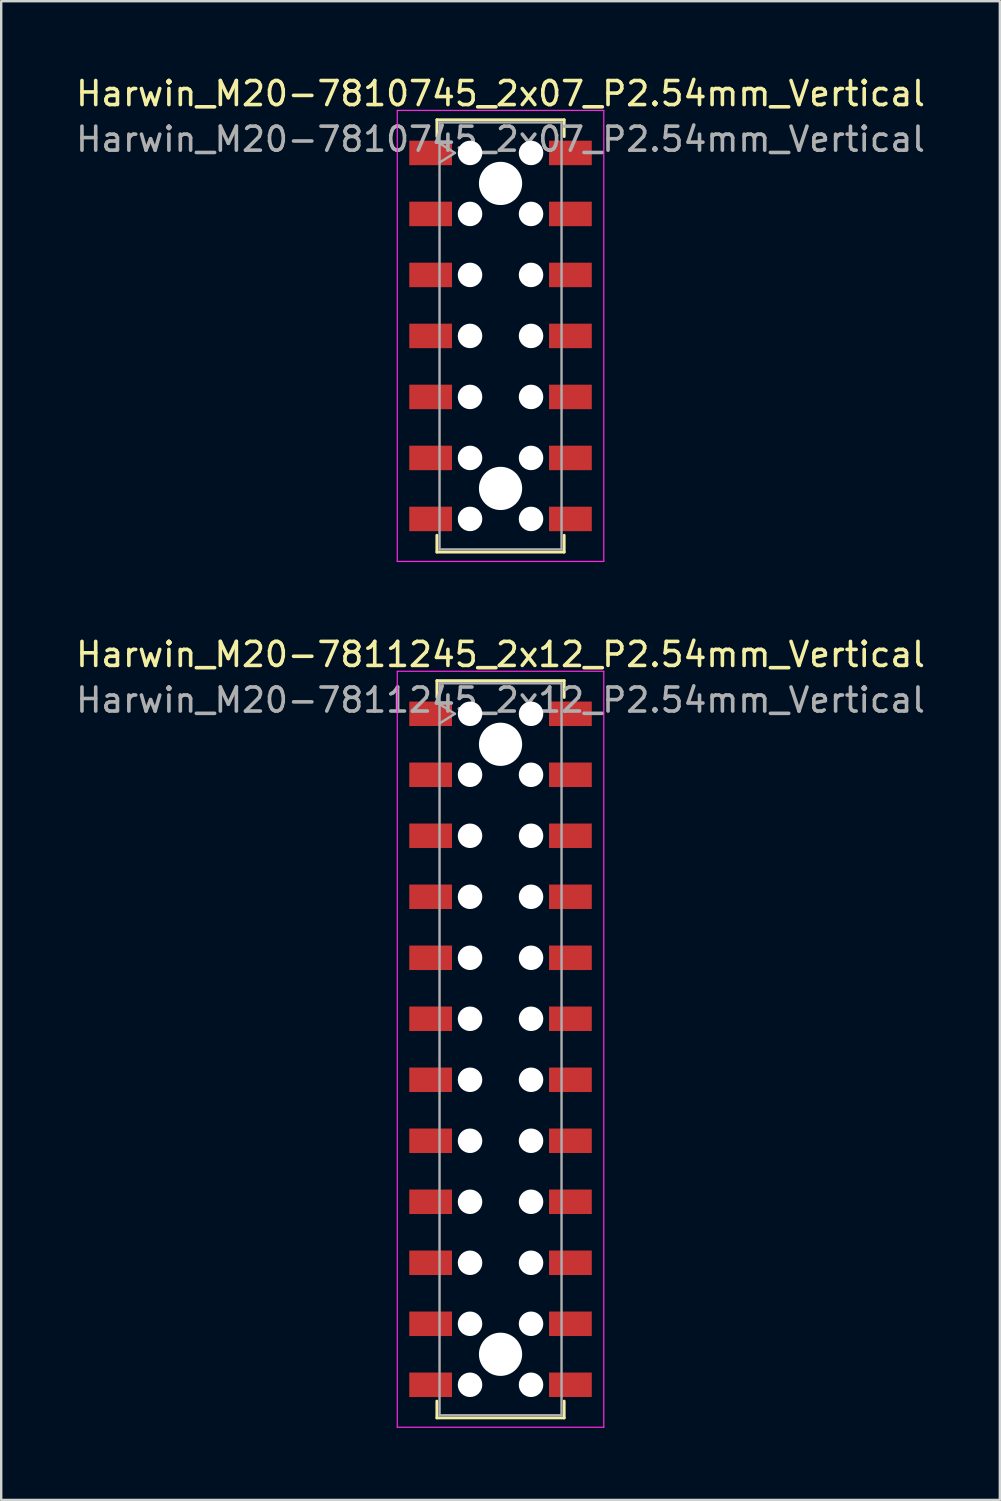
<source format=kicad_pcb>
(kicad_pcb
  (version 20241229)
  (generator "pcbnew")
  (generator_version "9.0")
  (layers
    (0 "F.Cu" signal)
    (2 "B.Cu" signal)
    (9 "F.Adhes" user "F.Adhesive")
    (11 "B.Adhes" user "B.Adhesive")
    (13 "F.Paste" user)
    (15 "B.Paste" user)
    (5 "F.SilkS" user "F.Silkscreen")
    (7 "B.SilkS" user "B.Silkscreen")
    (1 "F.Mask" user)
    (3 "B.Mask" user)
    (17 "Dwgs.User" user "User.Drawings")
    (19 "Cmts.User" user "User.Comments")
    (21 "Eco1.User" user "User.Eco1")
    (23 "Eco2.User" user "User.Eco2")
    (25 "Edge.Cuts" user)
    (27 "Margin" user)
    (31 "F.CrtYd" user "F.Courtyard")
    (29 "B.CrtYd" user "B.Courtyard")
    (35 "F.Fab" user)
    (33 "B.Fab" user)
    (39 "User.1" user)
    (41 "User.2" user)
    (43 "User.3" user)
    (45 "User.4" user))
  (footprint "Harwin_M20-7811245_2x12_P2.54mm_Vertical"
    (layer "F.Cu")
    (at 17.792 40.642)
    (property "Reference" "Harwin_M20-7811245_2x12_P2.54mm_Vertical" (at 0 -16.44 0) (layer "F.SilkS") (effects (font (size 1 1) (thickness 0.15))))
    (attr smd)
    (fp_line (start -2.65 -15.35) (end 2.65 -15.35) (stroke (width 0.12) (type solid)) (layer "F.SilkS"))
    (fp_line (start -2.65 -14.65) (end -2.65 -15.35) (stroke (width 0.12) (type solid)) (layer "F.SilkS"))
    (fp_line (start -2.65 14.65) (end -2.65 15.35) (stroke (width 0.12) (type solid)) (layer "F.SilkS"))
    (fp_line (start -2.65 15.35) (end 2.65 15.35) (stroke (width 0.12) (type solid)) (layer "F.SilkS"))
    (fp_line (start 2.65 -15.35) (end 2.65 -14.65) (stroke (width 0.12) (type solid)) (layer "F.SilkS"))
    (fp_line (start 2.65 15.35) (end 2.65 14.65) (stroke (width 0.12) (type solid)) (layer "F.SilkS"))
    (fp_line (start -4.3 -15.74) (end 4.3 -15.74) (stroke (width 0.05) (type solid)) (layer "F.CrtYd"))
    (fp_line (start -4.3 15.74) (end -4.3 -15.74) (stroke (width 0.05) (type solid)) (layer "F.CrtYd"))
    (fp_line (start 4.3 -15.74) (end 4.3 15.74) (stroke (width 0.05) (type solid)) (layer "F.CrtYd"))
    (fp_line (start 4.3 15.74) (end -4.3 15.74) (stroke (width 0.05) (type solid)) (layer "F.CrtYd"))
    (fp_line (start -2.54 -15.24) (end 2.54 -15.24) (stroke (width 0.1) (type solid)) (layer "F.Fab"))
    (fp_line (start -2.54 -14.37) (end -1.9 -13.97) (stroke (width 0.1) (type solid)) (layer "F.Fab"))
    (fp_line (start -2.54 15.24) (end -2.54 -15.24) (stroke (width 0.1) (type solid)) (layer "F.Fab"))
    (fp_line (start -1.9 -13.97) (end -2.54 -13.57) (stroke (width 0.1) (type solid)) (layer "F.Fab"))
    (fp_line (start 2.54 -15.24) (end 2.54 15.24) (stroke (width 0.1) (type solid)) (layer "F.Fab"))
    (fp_line (start 2.54 15.24) (end -2.54 15.24) (stroke (width 0.1) (type solid)) (layer "F.Fab"))
    (fp_text user "${REFERENCE}" (at 0 -14.54 0) (layer "F.Fab") (effects (font (size 1 1) (thickness 0.15))))
    (pad "" np_thru_hole circle (at -1.27 -13.97) (size 1.02 1.02) (drill 1.02) (layers "*.Cu" "*.Mask"))
    (pad "" np_thru_hole circle (at -1.27 -11.43) (size 1.02 1.02) (drill 1.02) (layers "*.Cu" "*.Mask"))
    (pad "" np_thru_hole circle (at -1.27 -8.89) (size 1.02 1.02) (drill 1.02) (layers "*.Cu" "*.Mask"))
    (pad "" np_thru_hole circle (at -1.27 -6.35) (size 1.02 1.02) (drill 1.02) (layers "*.Cu" "*.Mask"))
    (pad "" np_thru_hole circle (at -1.27 -3.81) (size 1.02 1.02) (drill 1.02) (layers "*.Cu" "*.Mask"))
    (pad "" np_thru_hole circle (at -1.27 -1.27) (size 1.02 1.02) (drill 1.02) (layers "*.Cu" "*.Mask"))
    (pad "" np_thru_hole circle (at -1.27 1.27) (size 1.02 1.02) (drill 1.02) (layers "*.Cu" "*.Mask"))
    (pad "" np_thru_hole circle (at -1.27 3.81) (size 1.02 1.02) (drill 1.02) (layers "*.Cu" "*.Mask"))
    (pad "" np_thru_hole circle (at -1.27 6.35) (size 1.02 1.02) (drill 1.02) (layers "*.Cu" "*.Mask"))
    (pad "" np_thru_hole circle (at -1.27 8.89) (size 1.02 1.02) (drill 1.02) (layers "*.Cu" "*.Mask"))
    (pad "" np_thru_hole circle (at -1.27 11.43) (size 1.02 1.02) (drill 1.02) (layers "*.Cu" "*.Mask"))
    (pad "" np_thru_hole circle (at -1.27 13.97) (size 1.02 1.02) (drill 1.02) (layers "*.Cu" "*.Mask"))
    (pad "" np_thru_hole circle (at 0 -12.7) (size 1.8 1.8) (drill 1.8) (layers "*.Cu" "*.Mask"))
    (pad "" np_thru_hole circle (at 0 12.7) (size 1.8 1.8) (drill 1.8) (layers "*.Cu" "*.Mask"))
    (pad "" np_thru_hole circle (at 1.27 -13.97) (size 1.02 1.02) (drill 1.02) (layers "*.Cu" "*.Mask"))
    (pad "" np_thru_hole circle (at 1.27 -11.43) (size 1.02 1.02) (drill 1.02) (layers "*.Cu" "*.Mask"))
    (pad "" np_thru_hole circle (at 1.27 -8.89) (size 1.02 1.02) (drill 1.02) (layers "*.Cu" "*.Mask"))
    (pad "" np_thru_hole circle (at 1.27 -6.35) (size 1.02 1.02) (drill 1.02) (layers "*.Cu" "*.Mask"))
    (pad "" np_thru_hole circle (at 1.27 -3.81) (size 1.02 1.02) (drill 1.02) (layers "*.Cu" "*.Mask"))
    (pad "" np_thru_hole circle (at 1.27 -1.27) (size 1.02 1.02) (drill 1.02) (layers "*.Cu" "*.Mask"))
    (pad "" np_thru_hole circle (at 1.27 1.27) (size 1.02 1.02) (drill 1.02) (layers "*.Cu" "*.Mask"))
    (pad "" np_thru_hole circle (at 1.27 3.81) (size 1.02 1.02) (drill 1.02) (layers "*.Cu" "*.Mask"))
    (pad "" np_thru_hole circle (at 1.27 6.35) (size 1.02 1.02) (drill 1.02) (layers "*.Cu" "*.Mask"))
    (pad "" np_thru_hole circle (at 1.27 8.89) (size 1.02 1.02) (drill 1.02) (layers "*.Cu" "*.Mask"))
    (pad "" np_thru_hole circle (at 1.27 11.43) (size 1.02 1.02) (drill 1.02) (layers "*.Cu" "*.Mask"))
    (pad "" np_thru_hole circle (at 1.27 13.97) (size 1.02 1.02) (drill 1.02) (layers "*.Cu" "*.Mask"))
    (pad "1" smd rect (at -2.91 -13.97) (size 1.78 1.02) (layers "F.Cu" "F.Mask" "F.Paste"))
    (pad "2" smd rect (at -2.91 -11.43) (size 1.78 1.02) (layers "F.Cu" "F.Mask" "F.Paste"))
    (pad "3" smd rect (at -2.91 -8.89) (size 1.78 1.02) (layers "F.Cu" "F.Mask" "F.Paste"))
    (pad "4" smd rect (at -2.91 -6.35) (size 1.78 1.02) (layers "F.Cu" "F.Mask" "F.Paste"))
    (pad "5" smd rect (at -2.91 -3.81) (size 1.78 1.02) (layers "F.Cu" "F.Mask" "F.Paste"))
    (pad "6" smd rect (at -2.91 -1.27) (size 1.78 1.02) (layers "F.Cu" "F.Mask" "F.Paste"))
    (pad "7" smd rect (at -2.91 1.27) (size 1.78 1.02) (layers "F.Cu" "F.Mask" "F.Paste"))
    (pad "8" smd rect (at -2.91 3.81) (size 1.78 1.02) (layers "F.Cu" "F.Mask" "F.Paste"))
    (pad "9" smd rect (at -2.91 6.35) (size 1.78 1.02) (layers "F.Cu" "F.Mask" "F.Paste"))
    (pad "10" smd rect (at -2.91 8.89) (size 1.78 1.02) (layers "F.Cu" "F.Mask" "F.Paste"))
    (pad "11" smd rect (at -2.91 11.43) (size 1.78 1.02) (layers "F.Cu" "F.Mask" "F.Paste"))
    (pad "12" smd rect (at -2.91 13.97) (size 1.78 1.02) (layers "F.Cu" "F.Mask" "F.Paste"))
    (pad "13" smd rect (at 2.91 -13.97) (size 1.78 1.02) (layers "F.Cu" "F.Mask" "F.Paste"))
    (pad "14" smd rect (at 2.91 -11.43) (size 1.78 1.02) (layers "F.Cu" "F.Mask" "F.Paste"))
    (pad "15" smd rect (at 2.91 -8.89) (size 1.78 1.02) (layers "F.Cu" "F.Mask" "F.Paste"))
    (pad "16" smd rect (at 2.91 -6.35) (size 1.78 1.02) (layers "F.Cu" "F.Mask" "F.Paste"))
    (pad "17" smd rect (at 2.91 -3.81) (size 1.78 1.02) (layers "F.Cu" "F.Mask" "F.Paste"))
    (pad "18" smd rect (at 2.91 -1.27) (size 1.78 1.02) (layers "F.Cu" "F.Mask" "F.Paste"))
    (pad "19" smd rect (at 2.91 1.27) (size 1.78 1.02) (layers "F.Cu" "F.Mask" "F.Paste"))
    (pad "20" smd rect (at 2.91 3.81) (size 1.78 1.02) (layers "F.Cu" "F.Mask" "F.Paste"))
    (pad "21" smd rect (at 2.91 6.35) (size 1.78 1.02) (layers "F.Cu" "F.Mask" "F.Paste"))
    (pad "22" smd rect (at 2.91 8.89) (size 1.78 1.02) (layers "F.Cu" "F.Mask" "F.Paste"))
    (pad "23" smd rect (at 2.91 11.43) (size 1.78 1.02) (layers "F.Cu" "F.Mask" "F.Paste"))
    (pad "24" smd rect (at 2.91 13.97) (size 1.78 1.02) (layers "F.Cu" "F.Mask" "F.Paste")))
  (footprint "Harwin_M20-7810745_2x07_P2.54mm_Vertical"
    (layer "F.Cu")
    (at 17.792 10.938)
    (property "Reference" "Harwin_M20-7810745_2x07_P2.54mm_Vertical" (at 0 -10.09 0) (layer "F.SilkS") (effects (font (size 1 1) (thickness 0.15))))
    (attr smd)
    (fp_line (start -2.65 -9) (end 2.65 -9) (stroke (width 0.12) (type solid)) (layer "F.SilkS"))
    (fp_line (start -2.65 -8.3) (end -2.65 -9) (stroke (width 0.12) (type solid)) (layer "F.SilkS"))
    (fp_line (start -2.65 8.3) (end -2.65 9) (stroke (width 0.12) (type solid)) (layer "F.SilkS"))
    (fp_line (start -2.65 9) (end 2.65 9) (stroke (width 0.12) (type solid)) (layer "F.SilkS"))
    (fp_line (start 2.65 -9) (end 2.65 -8.3) (stroke (width 0.12) (type solid)) (layer "F.SilkS"))
    (fp_line (start 2.65 9) (end 2.65 8.3) (stroke (width 0.12) (type solid)) (layer "F.SilkS"))
    (fp_line (start -4.3 -9.39) (end 4.3 -9.39) (stroke (width 0.05) (type solid)) (layer "F.CrtYd"))
    (fp_line (start -4.3 9.39) (end -4.3 -9.39) (stroke (width 0.05) (type solid)) (layer "F.CrtYd"))
    (fp_line (start 4.3 -9.39) (end 4.3 9.39) (stroke (width 0.05) (type solid)) (layer "F.CrtYd"))
    (fp_line (start 4.3 9.39) (end -4.3 9.39) (stroke (width 0.05) (type solid)) (layer "F.CrtYd"))
    (fp_line (start -2.54 -8.89) (end 2.54 -8.89) (stroke (width 0.1) (type solid)) (layer "F.Fab"))
    (fp_line (start -2.54 -8.02) (end -1.9 -7.62) (stroke (width 0.1) (type solid)) (layer "F.Fab"))
    (fp_line (start -2.54 8.89) (end -2.54 -8.89) (stroke (width 0.1) (type solid)) (layer "F.Fab"))
    (fp_line (start -1.9 -7.62) (end -2.54 -7.22) (stroke (width 0.1) (type solid)) (layer "F.Fab"))
    (fp_line (start 2.54 -8.89) (end 2.54 8.89) (stroke (width 0.1) (type solid)) (layer "F.Fab"))
    (fp_line (start 2.54 8.89) (end -2.54 8.89) (stroke (width 0.1) (type solid)) (layer "F.Fab"))
    (fp_text user "${REFERENCE}" (at 0 -8.19 0) (layer "F.Fab") (effects (font (size 1 1) (thickness 0.15))))
    (pad "" np_thru_hole circle (at -1.27 -7.62) (size 1.02 1.02) (drill 1.02) (layers "*.Cu" "*.Mask"))
    (pad "" np_thru_hole circle (at -1.27 -5.08) (size 1.02 1.02) (drill 1.02) (layers "*.Cu" "*.Mask"))
    (pad "" np_thru_hole circle (at -1.27 -2.54) (size 1.02 1.02) (drill 1.02) (layers "*.Cu" "*.Mask"))
    (pad "" np_thru_hole circle (at -1.27 0) (size 1.02 1.02) (drill 1.02) (layers "*.Cu" "*.Mask"))
    (pad "" np_thru_hole circle (at -1.27 2.54) (size 1.02 1.02) (drill 1.02) (layers "*.Cu" "*.Mask"))
    (pad "" np_thru_hole circle (at -1.27 5.08) (size 1.02 1.02) (drill 1.02) (layers "*.Cu" "*.Mask"))
    (pad "" np_thru_hole circle (at -1.27 7.62) (size 1.02 1.02) (drill 1.02) (layers "*.Cu" "*.Mask"))
    (pad "" np_thru_hole circle (at 0 -6.35) (size 1.8 1.8) (drill 1.8) (layers "*.Cu" "*.Mask"))
    (pad "" np_thru_hole circle (at 0 6.35) (size 1.8 1.8) (drill 1.8) (layers "*.Cu" "*.Mask"))
    (pad "" np_thru_hole circle (at 1.27 -7.62) (size 1.02 1.02) (drill 1.02) (layers "*.Cu" "*.Mask"))
    (pad "" np_thru_hole circle (at 1.27 -5.08) (size 1.02 1.02) (drill 1.02) (layers "*.Cu" "*.Mask"))
    (pad "" np_thru_hole circle (at 1.27 -2.54) (size 1.02 1.02) (drill 1.02) (layers "*.Cu" "*.Mask"))
    (pad "" np_thru_hole circle (at 1.27 0) (size 1.02 1.02) (drill 1.02) (layers "*.Cu" "*.Mask"))
    (pad "" np_thru_hole circle (at 1.27 2.54) (size 1.02 1.02) (drill 1.02) (layers "*.Cu" "*.Mask"))
    (pad "" np_thru_hole circle (at 1.27 5.08) (size 1.02 1.02) (drill 1.02) (layers "*.Cu" "*.Mask"))
    (pad "" np_thru_hole circle (at 1.27 7.62) (size 1.02 1.02) (drill 1.02) (layers "*.Cu" "*.Mask"))
    (pad "1" smd rect (at -2.91 -7.62) (size 1.78 1.02) (layers "F.Cu" "F.Mask" "F.Paste"))
    (pad "2" smd rect (at -2.91 -5.08) (size 1.78 1.02) (layers "F.Cu" "F.Mask" "F.Paste"))
    (pad "3" smd rect (at -2.91 -2.54) (size 1.78 1.02) (layers "F.Cu" "F.Mask" "F.Paste"))
    (pad "4" smd rect (at -2.91 0) (size 1.78 1.02) (layers "F.Cu" "F.Mask" "F.Paste"))
    (pad "5" smd rect (at -2.91 2.54) (size 1.78 1.02) (layers "F.Cu" "F.Mask" "F.Paste"))
    (pad "6" smd rect (at -2.91 5.08) (size 1.78 1.02) (layers "F.Cu" "F.Mask" "F.Paste"))
    (pad "7" smd rect (at -2.91 7.62) (size 1.78 1.02) (layers "F.Cu" "F.Mask" "F.Paste"))
    (pad "8" smd rect (at 2.91 -7.62) (size 1.78 1.02) (layers "F.Cu" "F.Mask" "F.Paste"))
    (pad "9" smd rect (at 2.91 -5.08) (size 1.78 1.02) (layers "F.Cu" "F.Mask" "F.Paste"))
    (pad "10" smd rect (at 2.91 -2.54) (size 1.78 1.02) (layers "F.Cu" "F.Mask" "F.Paste"))
    (pad "11" smd rect (at 2.91 0) (size 1.78 1.02) (layers "F.Cu" "F.Mask" "F.Paste"))
    (pad "12" smd rect (at 2.91 2.54) (size 1.78 1.02) (layers "F.Cu" "F.Mask" "F.Paste"))
    (pad "13" smd rect (at 2.91 5.08) (size 1.78 1.02) (layers "F.Cu" "F.Mask" "F.Paste"))
    (pad "14" smd rect (at 2.91 7.62) (size 1.78 1.02) (layers "F.Cu" "F.Mask" "F.Paste")))
  (gr_rect
    (start -3 -3)
    (end 38.583 59.407)
    (stroke (width 0.1) (type default))
    (fill no)
    (layer "Edge.Cuts")))
</source>
